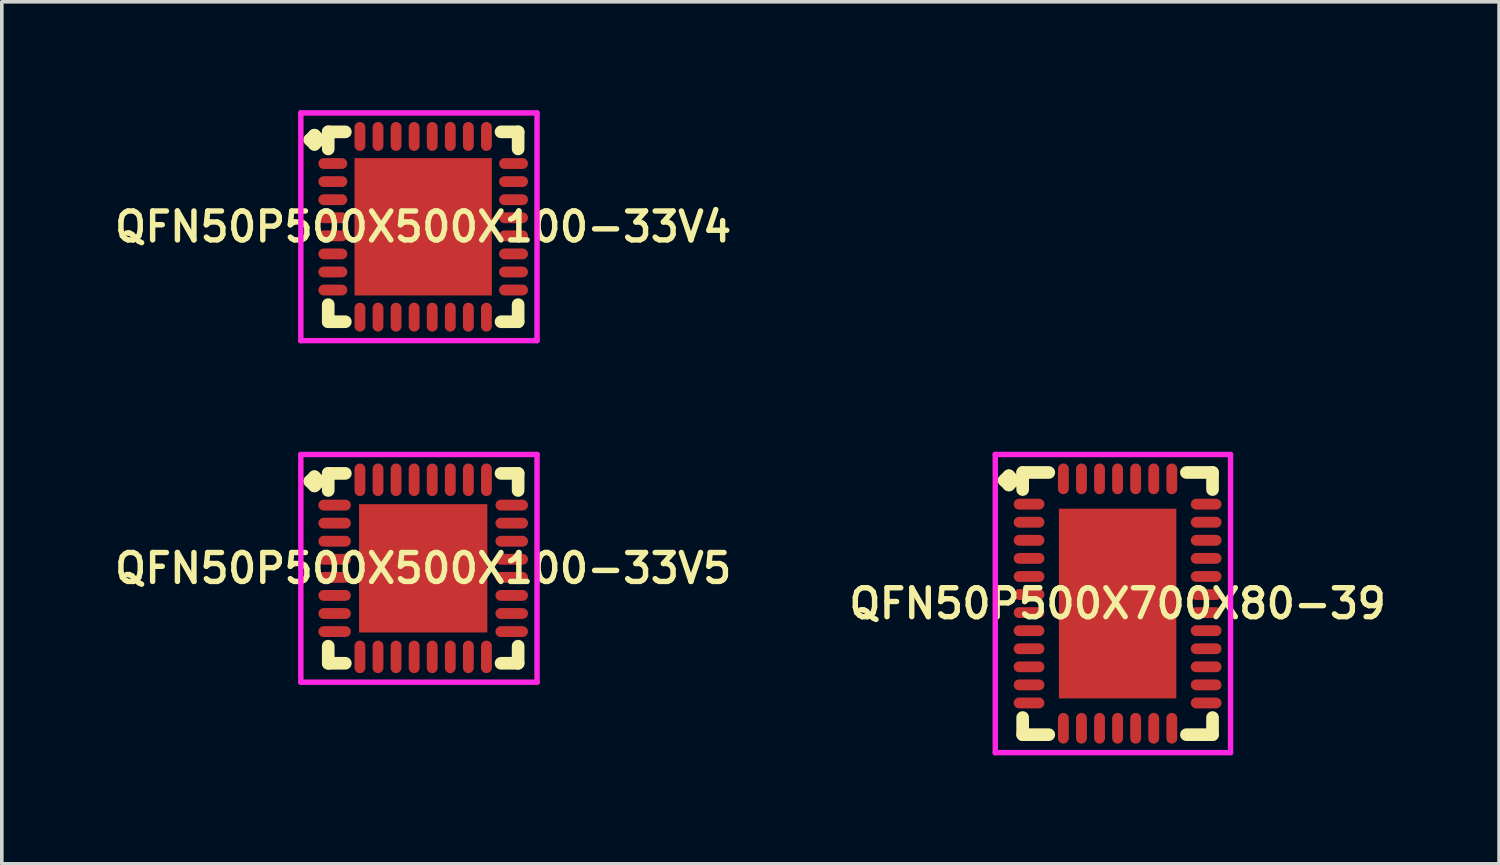
<source format=kicad_pcb>
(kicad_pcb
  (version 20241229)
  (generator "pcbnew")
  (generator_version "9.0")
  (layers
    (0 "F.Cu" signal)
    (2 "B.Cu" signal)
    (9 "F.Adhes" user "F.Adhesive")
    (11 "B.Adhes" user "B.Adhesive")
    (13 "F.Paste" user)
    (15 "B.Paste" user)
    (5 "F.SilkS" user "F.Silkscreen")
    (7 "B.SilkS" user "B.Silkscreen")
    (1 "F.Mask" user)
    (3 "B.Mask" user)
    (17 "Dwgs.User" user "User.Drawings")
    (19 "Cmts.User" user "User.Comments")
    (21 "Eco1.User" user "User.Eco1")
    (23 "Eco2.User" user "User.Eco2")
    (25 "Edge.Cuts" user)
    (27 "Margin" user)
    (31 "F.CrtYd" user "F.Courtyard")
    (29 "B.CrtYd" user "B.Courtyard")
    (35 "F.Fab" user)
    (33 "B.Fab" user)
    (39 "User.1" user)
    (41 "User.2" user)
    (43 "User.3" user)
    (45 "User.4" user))
  (footprint "QFN50P500X500X100-33V5"
    (layer "F.Cu")
    (at 8.659 12.675)
    (property "Reference" "QFN50P500X500X100-33V5" (at 0 0 0) (layer "F.SilkS") (effects (font (size 0.8 0.8) (thickness 0.15))))
    (attr smd)
    (fp_line (start -3.135 -2.408) (end -3.008 -2.535) (stroke (width 0.35) (type solid)) (layer "F.SilkS"))
    (fp_line (start -3.008 -2.535) (end -2.881 -2.408) (stroke (width 0.35) (type solid)) (layer "F.SilkS"))
    (fp_line (start -3.008 -2.281) (end -3.135 -2.408) (stroke (width 0.35) (type solid)) (layer "F.SilkS"))
    (fp_line (start -2.881 -2.408) (end -3.008 -2.281) (stroke (width 0.35) (type solid)) (layer "F.SilkS"))
    (fp_line (start -2.627 -2.627) (end -2.154 -2.627) (stroke (width 0.35) (type solid)) (layer "F.SilkS"))
    (fp_line (start -2.627 -2.154) (end -2.627 -2.627) (stroke (width 0.35) (type solid)) (layer "F.SilkS"))
    (fp_line (start -2.627 2.154) (end -2.627 2.627) (stroke (width 0.35) (type solid)) (layer "F.SilkS"))
    (fp_line (start -2.627 2.627) (end -2.154 2.627) (stroke (width 0.35) (type solid)) (layer "F.SilkS"))
    (fp_line (start 2.154 -2.627) (end 2.627 -2.627) (stroke (width 0.35) (type solid)) (layer "F.SilkS"))
    (fp_line (start 2.154 2.627) (end 2.627 2.627) (stroke (width 0.35) (type solid)) (layer "F.SilkS"))
    (fp_line (start 2.627 -2.627) (end 2.627 -2.154) (stroke (width 0.35) (type solid)) (layer "F.SilkS"))
    (fp_line (start 2.627 2.627) (end 2.627 2.154) (stroke (width 0.35) (type solid)) (layer "F.SilkS"))
    (fp_line (start -3.385 -3.15) (end 3.15 -3.15) (stroke (width 0.15) (type solid)) (layer "F.CrtYd"))
    (fp_line (start -3.385 3.15) (end -3.385 -3.15) (stroke (width 0.15) (type solid)) (layer "F.CrtYd"))
    (fp_line (start 3.15 -3.15) (end 3.15 3.15) (stroke (width 0.15) (type solid)) (layer "F.CrtYd"))
    (fp_line (start 3.15 3.15) (end -3.385 3.15) (stroke (width 0.15) (type solid)) (layer "F.CrtYd"))
    (pad "1" smd oval (at -2.45 -1.75) (size 0.9 0.3) (layers "F.Cu" "F.Mask" "F.Paste"))
    (pad "2" smd oval (at -2.45 -1.25) (size 0.9 0.3) (layers "F.Cu" "F.Mask" "F.Paste"))
    (pad "3" smd oval (at -2.45 -0.75) (size 0.9 0.3) (layers "F.Cu" "F.Mask" "F.Paste"))
    (pad "4" smd oval (at -2.45 -0.25) (size 0.9 0.3) (layers "F.Cu" "F.Mask" "F.Paste"))
    (pad "5" smd oval (at -2.45 0.25) (size 0.9 0.3) (layers "F.Cu" "F.Mask" "F.Paste"))
    (pad "6" smd oval (at -2.45 0.75) (size 0.9 0.3) (layers "F.Cu" "F.Mask" "F.Paste"))
    (pad "7" smd oval (at -2.45 1.25) (size 0.9 0.3) (layers "F.Cu" "F.Mask" "F.Paste"))
    (pad "8" smd oval (at -2.45 1.75) (size 0.9 0.3) (layers "F.Cu" "F.Mask" "F.Paste"))
    (pad "9" smd oval (at -1.75 2.45) (size 0.3 0.9) (layers "F.Cu" "F.Mask" "F.Paste"))
    (pad "10" smd oval (at -1.25 2.45) (size 0.3 0.9) (layers "F.Cu" "F.Mask" "F.Paste"))
    (pad "11" smd oval (at -0.75 2.45) (size 0.3 0.9) (layers "F.Cu" "F.Mask" "F.Paste"))
    (pad "12" smd oval (at -0.25 2.45) (size 0.3 0.9) (layers "F.Cu" "F.Mask" "F.Paste"))
    (pad "13" smd oval (at 0.25 2.45) (size 0.3 0.9) (layers "F.Cu" "F.Mask" "F.Paste"))
    (pad "14" smd oval (at 0.75 2.45) (size 0.3 0.9) (layers "F.Cu" "F.Mask" "F.Paste"))
    (pad "15" smd oval (at 1.25 2.45) (size 0.3 0.9) (layers "F.Cu" "F.Mask" "F.Paste"))
    (pad "16" smd oval (at 1.75 2.45) (size 0.3 0.9) (layers "F.Cu" "F.Mask" "F.Paste"))
    (pad "17" smd oval (at 2.45 1.75) (size 0.9 0.3) (layers "F.Cu" "F.Mask" "F.Paste"))
    (pad "18" smd oval (at 2.45 1.25) (size 0.9 0.3) (layers "F.Cu" "F.Mask" "F.Paste"))
    (pad "19" smd oval (at 2.45 0.75) (size 0.9 0.3) (layers "F.Cu" "F.Mask" "F.Paste"))
    (pad "20" smd oval (at 2.45 0.25) (size 0.9 0.3) (layers "F.Cu" "F.Mask" "F.Paste"))
    (pad "21" smd oval (at 2.45 -0.25) (size 0.9 0.3) (layers "F.Cu" "F.Mask" "F.Paste"))
    (pad "22" smd oval (at 2.45 -0.75) (size 0.9 0.3) (layers "F.Cu" "F.Mask" "F.Paste"))
    (pad "23" smd oval (at 2.45 -1.25) (size 0.9 0.3) (layers "F.Cu" "F.Mask" "F.Paste"))
    (pad "24" smd oval (at 2.45 -1.75) (size 0.9 0.3) (layers "F.Cu" "F.Mask" "F.Paste"))
    (pad "25" smd oval (at 1.75 -2.45) (size 0.3 0.9) (layers "F.Cu" "F.Mask" "F.Paste"))
    (pad "26" smd oval (at 1.25 -2.45) (size 0.3 0.9) (layers "F.Cu" "F.Mask" "F.Paste"))
    (pad "27" smd oval (at 0.75 -2.45) (size 0.3 0.9) (layers "F.Cu" "F.Mask" "F.Paste"))
    (pad "28" smd oval (at 0.25 -2.45) (size 0.3 0.9) (layers "F.Cu" "F.Mask" "F.Paste"))
    (pad "29" smd oval (at -0.25 -2.45) (size 0.3 0.9) (layers "F.Cu" "F.Mask" "F.Paste"))
    (pad "30" smd oval (at -0.75 -2.45) (size 0.3 0.9) (layers "F.Cu" "F.Mask" "F.Paste"))
    (pad "31" smd oval (at -1.25 -2.45) (size 0.3 0.9) (layers "F.Cu" "F.Mask" "F.Paste"))
    (pad "32" smd oval (at -1.75 -2.45) (size 0.3 0.9) (layers "F.Cu" "F.Mask" "F.Paste"))
    (pad "33" smd rect (at 0 0) (size 3.55 3.55) (layers "F.Cu" "F.Mask" "F.Paste")))
  (footprint "QFN50P500X700X80-39"
    (layer "F.Cu")
    (at 27.873 13.65)
    (property "Reference" "QFN50P500X700X80-39" (at 0 0 0) (layer "F.SilkS") (effects (font (size 0.8 0.8) (thickness 0.15))))
    (attr smd)
    (fp_line (start -3.135 -3.408) (end -3.008 -3.535) (stroke (width 0.35) (type solid)) (layer "F.SilkS"))
    (fp_line (start -3.008 -3.535) (end -2.881 -3.408) (stroke (width 0.35) (type solid)) (layer "F.SilkS"))
    (fp_line (start -3.008 -3.281) (end -3.135 -3.408) (stroke (width 0.35) (type solid)) (layer "F.SilkS"))
    (fp_line (start -2.881 -3.408) (end -3.008 -3.281) (stroke (width 0.35) (type solid)) (layer "F.SilkS"))
    (fp_line (start -2.627 -3.627) (end -1.904 -3.627) (stroke (width 0.35) (type solid)) (layer "F.SilkS"))
    (fp_line (start -2.627 -3.154) (end -2.627 -3.627) (stroke (width 0.35) (type solid)) (layer "F.SilkS"))
    (fp_line (start -2.627 3.154) (end -2.627 3.627) (stroke (width 0.35) (type solid)) (layer "F.SilkS"))
    (fp_line (start -2.627 3.627) (end -1.904 3.627) (stroke (width 0.35) (type solid)) (layer "F.SilkS"))
    (fp_line (start 1.904 -3.627) (end 2.627 -3.627) (stroke (width 0.35) (type solid)) (layer "F.SilkS"))
    (fp_line (start 1.904 3.627) (end 2.627 3.627) (stroke (width 0.35) (type solid)) (layer "F.SilkS"))
    (fp_line (start 2.627 -3.627) (end 2.627 -3.154) (stroke (width 0.35) (type solid)) (layer "F.SilkS"))
    (fp_line (start 2.627 3.627) (end 2.627 3.154) (stroke (width 0.35) (type solid)) (layer "F.SilkS"))
    (fp_line (start -3.385 -4.125) (end 3.125 -4.125) (stroke (width 0.15) (type solid)) (layer "F.CrtYd"))
    (fp_line (start -3.385 4.125) (end -3.385 -4.125) (stroke (width 0.15) (type solid)) (layer "F.CrtYd"))
    (fp_line (start 3.125 -4.125) (end 3.125 4.125) (stroke (width 0.15) (type solid)) (layer "F.CrtYd"))
    (fp_line (start 3.125 4.125) (end -3.385 4.125) (stroke (width 0.15) (type solid)) (layer "F.CrtYd"))
    (pad "1" smd oval (at -2.45 -2.75) (size 0.85 0.3) (layers "F.Cu" "F.Mask" "F.Paste"))
    (pad "2" smd oval (at -2.45 -2.25) (size 0.85 0.3) (layers "F.Cu" "F.Mask" "F.Paste"))
    (pad "3" smd oval (at -2.45 -1.75) (size 0.85 0.3) (layers "F.Cu" "F.Mask" "F.Paste"))
    (pad "4" smd oval (at -2.45 -1.25) (size 0.85 0.3) (layers "F.Cu" "F.Mask" "F.Paste"))
    (pad "5" smd oval (at -2.45 -0.75) (size 0.85 0.3) (layers "F.Cu" "F.Mask" "F.Paste"))
    (pad "6" smd oval (at -2.45 -0.25) (size 0.85 0.3) (layers "F.Cu" "F.Mask" "F.Paste"))
    (pad "7" smd oval (at -2.45 0.25) (size 0.85 0.3) (layers "F.Cu" "F.Mask" "F.Paste"))
    (pad "8" smd oval (at -2.45 0.75) (size 0.85 0.3) (layers "F.Cu" "F.Mask" "F.Paste"))
    (pad "9" smd oval (at -2.45 1.25) (size 0.85 0.3) (layers "F.Cu" "F.Mask" "F.Paste"))
    (pad "10" smd oval (at -2.45 1.75) (size 0.85 0.3) (layers "F.Cu" "F.Mask" "F.Paste"))
    (pad "11" smd oval (at -2.45 2.25) (size 0.85 0.3) (layers "F.Cu" "F.Mask" "F.Paste"))
    (pad "12" smd oval (at -2.45 2.75) (size 0.85 0.3) (layers "F.Cu" "F.Mask" "F.Paste"))
    (pad "13" smd oval (at -1.5 3.45) (size 0.3 0.85) (layers "F.Cu" "F.Mask" "F.Paste"))
    (pad "14" smd oval (at -1 3.45) (size 0.3 0.85) (layers "F.Cu" "F.Mask" "F.Paste"))
    (pad "15" smd oval (at -0.5 3.45) (size 0.3 0.85) (layers "F.Cu" "F.Mask" "F.Paste"))
    (pad "16" smd oval (at 0 3.45) (size 0.3 0.85) (layers "F.Cu" "F.Mask" "F.Paste"))
    (pad "17" smd oval (at 0.5 3.45) (size 0.3 0.85) (layers "F.Cu" "F.Mask" "F.Paste"))
    (pad "18" smd oval (at 1 3.45) (size 0.3 0.85) (layers "F.Cu" "F.Mask" "F.Paste"))
    (pad "19" smd oval (at 1.5 3.45) (size 0.3 0.85) (layers "F.Cu" "F.Mask" "F.Paste"))
    (pad "20" smd oval (at 2.45 2.75) (size 0.85 0.3) (layers "F.Cu" "F.Mask" "F.Paste"))
    (pad "21" smd oval (at 2.45 2.25) (size 0.85 0.3) (layers "F.Cu" "F.Mask" "F.Paste"))
    (pad "22" smd oval (at 2.45 1.75) (size 0.85 0.3) (layers "F.Cu" "F.Mask" "F.Paste"))
    (pad "23" smd oval (at 2.45 1.25) (size 0.85 0.3) (layers "F.Cu" "F.Mask" "F.Paste"))
    (pad "24" smd oval (at 2.45 0.75) (size 0.85 0.3) (layers "F.Cu" "F.Mask" "F.Paste"))
    (pad "25" smd oval (at 2.45 0.25) (size 0.85 0.3) (layers "F.Cu" "F.Mask" "F.Paste"))
    (pad "26" smd oval (at 2.45 -0.25) (size 0.85 0.3) (layers "F.Cu" "F.Mask" "F.Paste"))
    (pad "27" smd oval (at 2.45 -0.75) (size 0.85 0.3) (layers "F.Cu" "F.Mask" "F.Paste"))
    (pad "28" smd oval (at 2.45 -1.25) (size 0.85 0.3) (layers "F.Cu" "F.Mask" "F.Paste"))
    (pad "29" smd oval (at 2.45 -1.75) (size 0.85 0.3) (layers "F.Cu" "F.Mask" "F.Paste"))
    (pad "30" smd oval (at 2.45 -2.25) (size 0.85 0.3) (layers "F.Cu" "F.Mask" "F.Paste"))
    (pad "31" smd oval (at 2.45 -2.75) (size 0.85 0.3) (layers "F.Cu" "F.Mask" "F.Paste"))
    (pad "32" smd oval (at 1.5 -3.45) (size 0.3 0.85) (layers "F.Cu" "F.Mask" "F.Paste"))
    (pad "33" smd oval (at 1 -3.45) (size 0.3 0.85) (layers "F.Cu" "F.Mask" "F.Paste"))
    (pad "34" smd oval (at 0.5 -3.45) (size 0.3 0.85) (layers "F.Cu" "F.Mask" "F.Paste"))
    (pad "35" smd oval (at 0 -3.45) (size 0.3 0.85) (layers "F.Cu" "F.Mask" "F.Paste"))
    (pad "36" smd oval (at -0.5 -3.45) (size 0.3 0.85) (layers "F.Cu" "F.Mask" "F.Paste"))
    (pad "37" smd oval (at -1 -3.45) (size 0.3 0.85) (layers "F.Cu" "F.Mask" "F.Paste"))
    (pad "38" smd oval (at -1.5 -3.45) (size 0.3 0.85) (layers "F.Cu" "F.Mask" "F.Paste"))
    (pad "39" smd rect (at 0 0) (size 3.25 5.25) (layers "F.Cu" "F.Mask" "F.Paste")))
  (footprint "QFN50P500X500X100-33V4"
    (layer "F.Cu")
    (at 8.659 3.225)
    (property "Reference" "QFN50P500X500X100-33V4" (at 0 0 0) (layer "F.SilkS") (effects (font (size 0.8 0.8) (thickness 0.15))))
    (attr smd)
    (fp_line (start -3.135 -2.408) (end -3.008 -2.535) (stroke (width 0.35) (type solid)) (layer "F.SilkS"))
    (fp_line (start -3.008 -2.535) (end -2.881 -2.408) (stroke (width 0.35) (type solid)) (layer "F.SilkS"))
    (fp_line (start -3.008 -2.281) (end -3.135 -2.408) (stroke (width 0.35) (type solid)) (layer "F.SilkS"))
    (fp_line (start -2.881 -2.408) (end -3.008 -2.281) (stroke (width 0.35) (type solid)) (layer "F.SilkS"))
    (fp_line (start -2.627 -2.627) (end -2.154 -2.627) (stroke (width 0.35) (type solid)) (layer "F.SilkS"))
    (fp_line (start -2.627 -2.154) (end -2.627 -2.627) (stroke (width 0.35) (type solid)) (layer "F.SilkS"))
    (fp_line (start -2.627 2.154) (end -2.627 2.627) (stroke (width 0.35) (type solid)) (layer "F.SilkS"))
    (fp_line (start -2.627 2.627) (end -2.154 2.627) (stroke (width 0.35) (type solid)) (layer "F.SilkS"))
    (fp_line (start 2.154 -2.627) (end 2.627 -2.627) (stroke (width 0.35) (type solid)) (layer "F.SilkS"))
    (fp_line (start 2.154 2.627) (end 2.627 2.627) (stroke (width 0.35) (type solid)) (layer "F.SilkS"))
    (fp_line (start 2.627 -2.627) (end 2.627 -2.154) (stroke (width 0.35) (type solid)) (layer "F.SilkS"))
    (fp_line (start 2.627 2.627) (end 2.627 2.154) (stroke (width 0.35) (type solid)) (layer "F.SilkS"))
    (fp_line (start -3.385 -3.15) (end 3.15 -3.15) (stroke (width 0.15) (type solid)) (layer "F.CrtYd"))
    (fp_line (start -3.385 3.15) (end -3.385 -3.15) (stroke (width 0.15) (type solid)) (layer "F.CrtYd"))
    (fp_line (start 3.15 -3.15) (end 3.15 3.15) (stroke (width 0.15) (type solid)) (layer "F.CrtYd"))
    (fp_line (start 3.15 3.15) (end -3.385 3.15) (stroke (width 0.15) (type solid)) (layer "F.CrtYd"))
    (pad "1" smd oval (at -2.5 -1.75) (size 0.8 0.3) (layers "F.Cu" "F.Mask" "F.Paste"))
    (pad "2" smd oval (at -2.5 -1.25) (size 0.8 0.3) (layers "F.Cu" "F.Mask" "F.Paste"))
    (pad "3" smd oval (at -2.5 -0.75) (size 0.8 0.3) (layers "F.Cu" "F.Mask" "F.Paste"))
    (pad "4" smd oval (at -2.5 -0.25) (size 0.8 0.3) (layers "F.Cu" "F.Mask" "F.Paste"))
    (pad "5" smd oval (at -2.5 0.25) (size 0.8 0.3) (layers "F.Cu" "F.Mask" "F.Paste"))
    (pad "6" smd oval (at -2.5 0.75) (size 0.8 0.3) (layers "F.Cu" "F.Mask" "F.Paste"))
    (pad "7" smd oval (at -2.5 1.25) (size 0.8 0.3) (layers "F.Cu" "F.Mask" "F.Paste"))
    (pad "8" smd oval (at -2.5 1.75) (size 0.8 0.3) (layers "F.Cu" "F.Mask" "F.Paste"))
    (pad "9" smd oval (at -1.75 2.5) (size 0.3 0.8) (layers "F.Cu" "F.Mask" "F.Paste"))
    (pad "10" smd oval (at -1.25 2.5) (size 0.3 0.8) (layers "F.Cu" "F.Mask" "F.Paste"))
    (pad "11" smd oval (at -0.75 2.5) (size 0.3 0.8) (layers "F.Cu" "F.Mask" "F.Paste"))
    (pad "12" smd oval (at -0.25 2.5) (size 0.3 0.8) (layers "F.Cu" "F.Mask" "F.Paste"))
    (pad "13" smd oval (at 0.25 2.5) (size 0.3 0.8) (layers "F.Cu" "F.Mask" "F.Paste"))
    (pad "14" smd oval (at 0.75 2.5) (size 0.3 0.8) (layers "F.Cu" "F.Mask" "F.Paste"))
    (pad "15" smd oval (at 1.25 2.5) (size 0.3 0.8) (layers "F.Cu" "F.Mask" "F.Paste"))
    (pad "16" smd oval (at 1.75 2.5) (size 0.3 0.8) (layers "F.Cu" "F.Mask" "F.Paste"))
    (pad "17" smd oval (at 2.5 1.75) (size 0.8 0.3) (layers "F.Cu" "F.Mask" "F.Paste"))
    (pad "18" smd oval (at 2.5 1.25) (size 0.8 0.3) (layers "F.Cu" "F.Mask" "F.Paste"))
    (pad "19" smd oval (at 2.5 0.75) (size 0.8 0.3) (layers "F.Cu" "F.Mask" "F.Paste"))
    (pad "20" smd oval (at 2.5 0.25) (size 0.8 0.3) (layers "F.Cu" "F.Mask" "F.Paste"))
    (pad "21" smd oval (at 2.5 -0.25) (size 0.8 0.3) (layers "F.Cu" "F.Mask" "F.Paste"))
    (pad "22" smd oval (at 2.5 -0.75) (size 0.8 0.3) (layers "F.Cu" "F.Mask" "F.Paste"))
    (pad "23" smd oval (at 2.5 -1.25) (size 0.8 0.3) (layers "F.Cu" "F.Mask" "F.Paste"))
    (pad "24" smd oval (at 2.5 -1.75) (size 0.8 0.3) (layers "F.Cu" "F.Mask" "F.Paste"))
    (pad "25" smd oval (at 1.75 -2.5) (size 0.3 0.8) (layers "F.Cu" "F.Mask" "F.Paste"))
    (pad "26" smd oval (at 1.25 -2.5) (size 0.3 0.8) (layers "F.Cu" "F.Mask" "F.Paste"))
    (pad "27" smd oval (at 0.75 -2.5) (size 0.3 0.8) (layers "F.Cu" "F.Mask" "F.Paste"))
    (pad "28" smd oval (at 0.25 -2.5) (size 0.3 0.8) (layers "F.Cu" "F.Mask" "F.Paste"))
    (pad "29" smd oval (at -0.25 -2.5) (size 0.3 0.8) (layers "F.Cu" "F.Mask" "F.Paste"))
    (pad "30" smd oval (at -0.75 -2.5) (size 0.3 0.8) (layers "F.Cu" "F.Mask" "F.Paste"))
    (pad "31" smd oval (at -1.25 -2.5) (size 0.3 0.8) (layers "F.Cu" "F.Mask" "F.Paste"))
    (pad "32" smd oval (at -1.75 -2.5) (size 0.3 0.8) (layers "F.Cu" "F.Mask" "F.Paste"))
    (pad "33" smd rect (at 0 0) (size 3.8 3.8) (layers "F.Cu" "F.Mask" "F.Paste")))
  (gr_rect
    (start -3 -3)
    (end 38.428 20.85)
    (stroke (width 0.1) (type default))
    (fill no)
    (layer "Edge.Cuts")))
</source>
